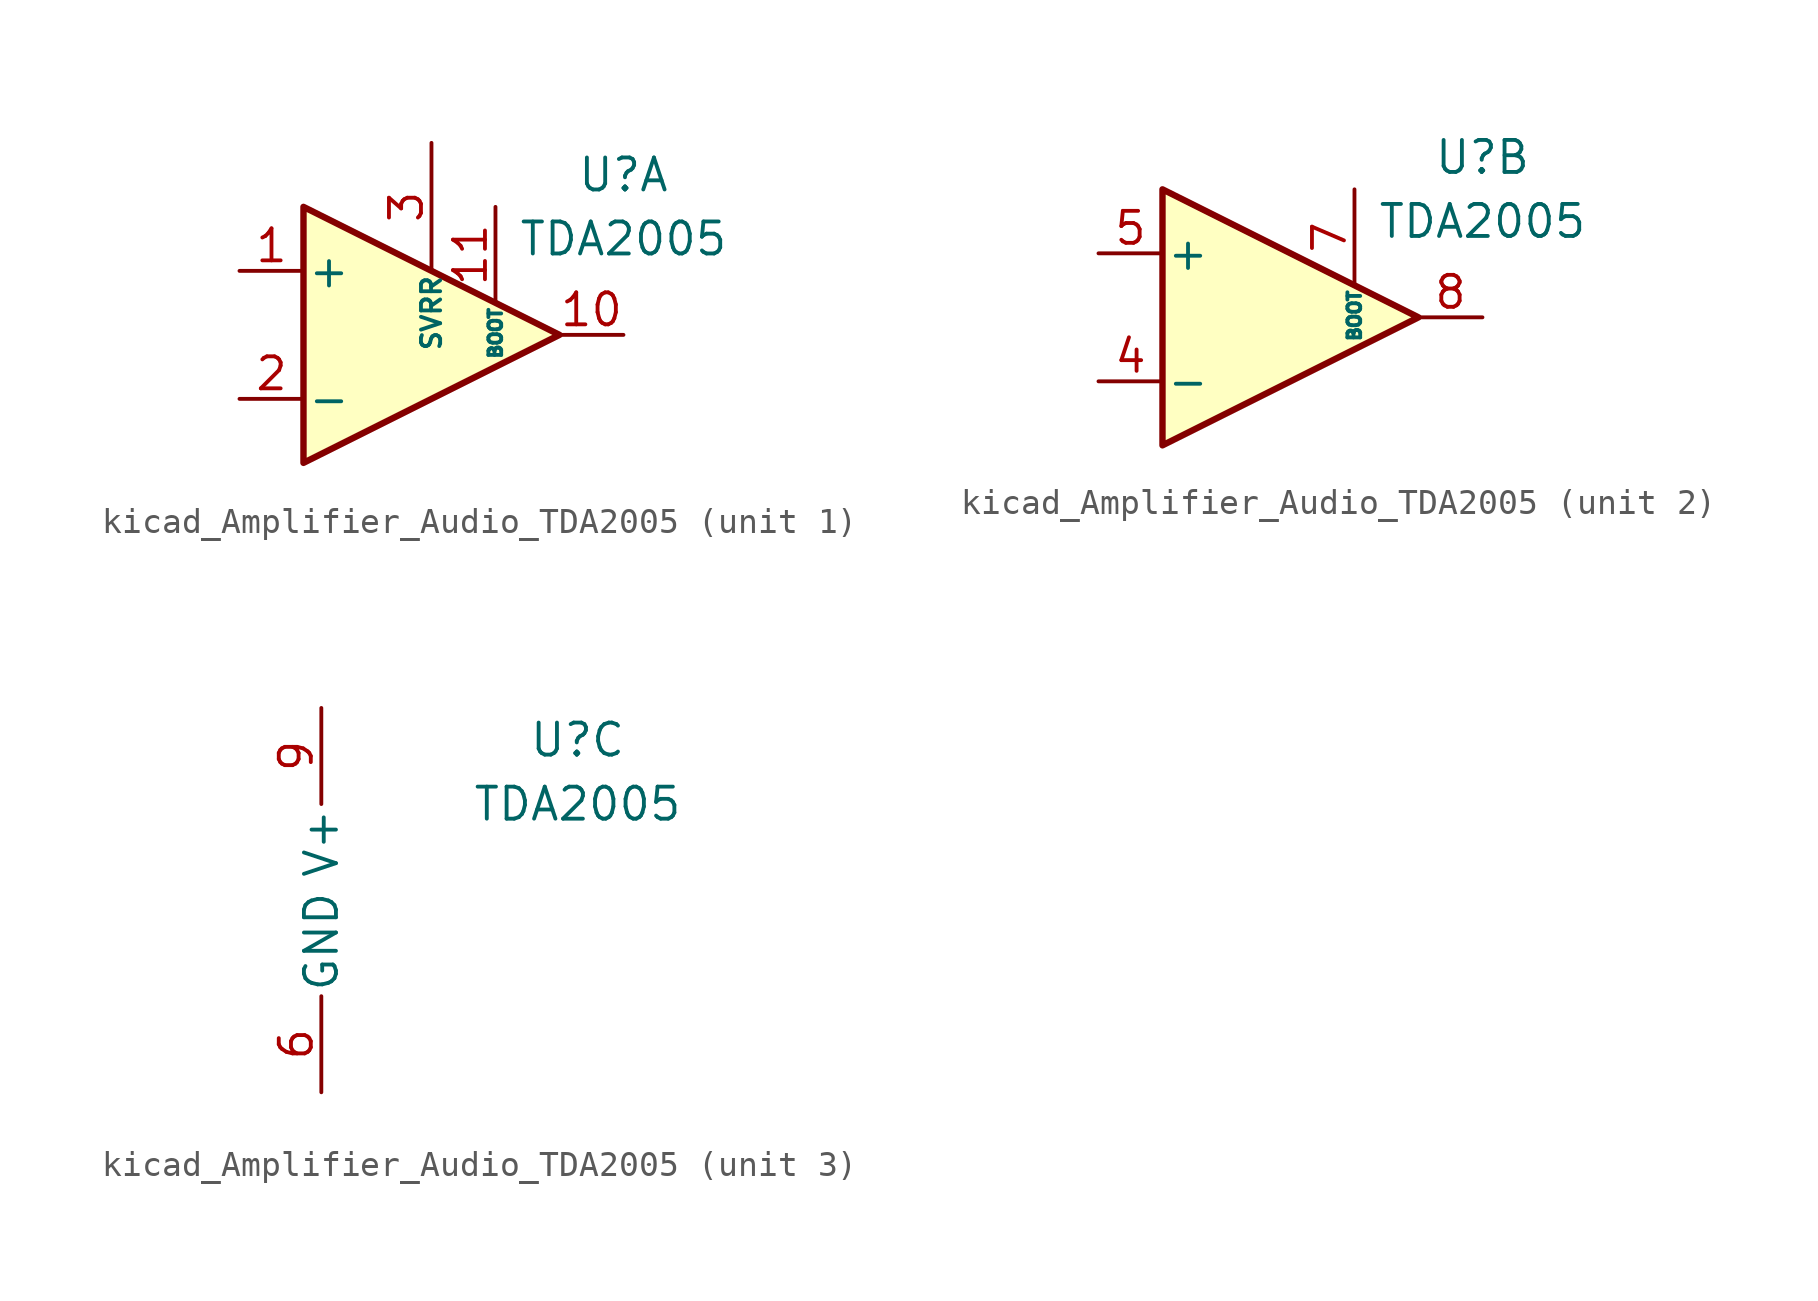
<source format=kicad_sym>
(kicad_symbol_lib
  (version 20220914)
  (generator kicad_symbol_editor)
  (symbol "kicad_Amplifier_Audio_TDA2005"
    (pin_names
      (offset 0.127))
    (property "Reference" "U"
      (at 7.62 6.35 0)
      (effects (font (size 1.27 1.27))))
    (property "Value" "TDA2005"
      (at 7.62 3.81 0)
      (effects (font (size 1.27 1.27))))
    (property "ki_locked" ""
      (at 0 0 0)
      (effects (font (size 1.27 1.27))))
    (symbol "kicad_Amplifier_Audio_TDA2005_1_1"
      (polyline (pts (xy -5.08 5.08) (xy 5.08 0) (xy -5.08 -5.08) (xy -5.08 5.08)) (stroke (width 0.254) (type default)) (fill (type background)))
      (pin input line (at -7.62 2.54 0) (length 2.54) (name "+" (effects (font (size 1.27 1.27)))) (number "1" (effects (font (size 1.27 1.27)))))
      (pin output line (at 7.62 0 180) (length 2.54) (name "~" (effects (font (size 1.27 1.27)))) (number "10" (effects (font (size 1.27 1.27)))))
      (pin passive line (at 2.54 5.08 270) (length 3.81) (name "BOOT" (effects (font (size 0.508 0.508)))) (number "11" (effects (font (size 1.27 1.27)))))
      (pin input line (at -7.62 -2.54 0) (length 2.54) (name "-" (effects (font (size 1.27 1.27)))) (number "2" (effects (font (size 1.27 1.27)))))
      (pin passive line (at 0 7.62 270) (length 5.08) (name "SVRR" (effects (font (size 0.762 0.762)))) (number "3" (effects (font (size 1.27 1.27))))))
    (symbol "kicad_Amplifier_Audio_TDA2005_2_1"
      (polyline (pts (xy -5.08 5.08) (xy 5.08 0) (xy -5.08 -5.08) (xy -5.08 5.08)) (stroke (width 0.254) (type default)) (fill (type background)))
      (pin input line (at -7.62 -2.54 0) (length 2.54) (name "-" (effects (font (size 1.27 1.27)))) (number "4" (effects (font (size 1.27 1.27)))))
      (pin input line (at -7.62 2.54 0) (length 2.54) (name "+" (effects (font (size 1.27 1.27)))) (number "5" (effects (font (size 1.27 1.27)))))
      (pin passive line (at 2.54 5.08 270) (length 3.81) (name "BOOT" (effects (font (size 0.508 0.508)))) (number "7" (effects (font (size 1.27 1.27)))))
      (pin output line (at 7.62 0 180) (length 2.54) (name "~" (effects (font (size 1.27 1.27)))) (number "8" (effects (font (size 1.27 1.27))))))
    (symbol "kicad_Amplifier_Audio_TDA2005_3_1"
      (pin power_in line (at -2.54 -7.62 90) (length 3.81) (name "GND" (effects (font (size 1.27 1.27)))) (number "6" (effects (font (size 1.27 1.27)))))
      (pin power_in line (at -2.54 7.62 270) (length 3.81) (name "V+" (effects (font (size 1.27 1.27)))) (number "9" (effects (font (size 1.27 1.27))))))))
</source>
